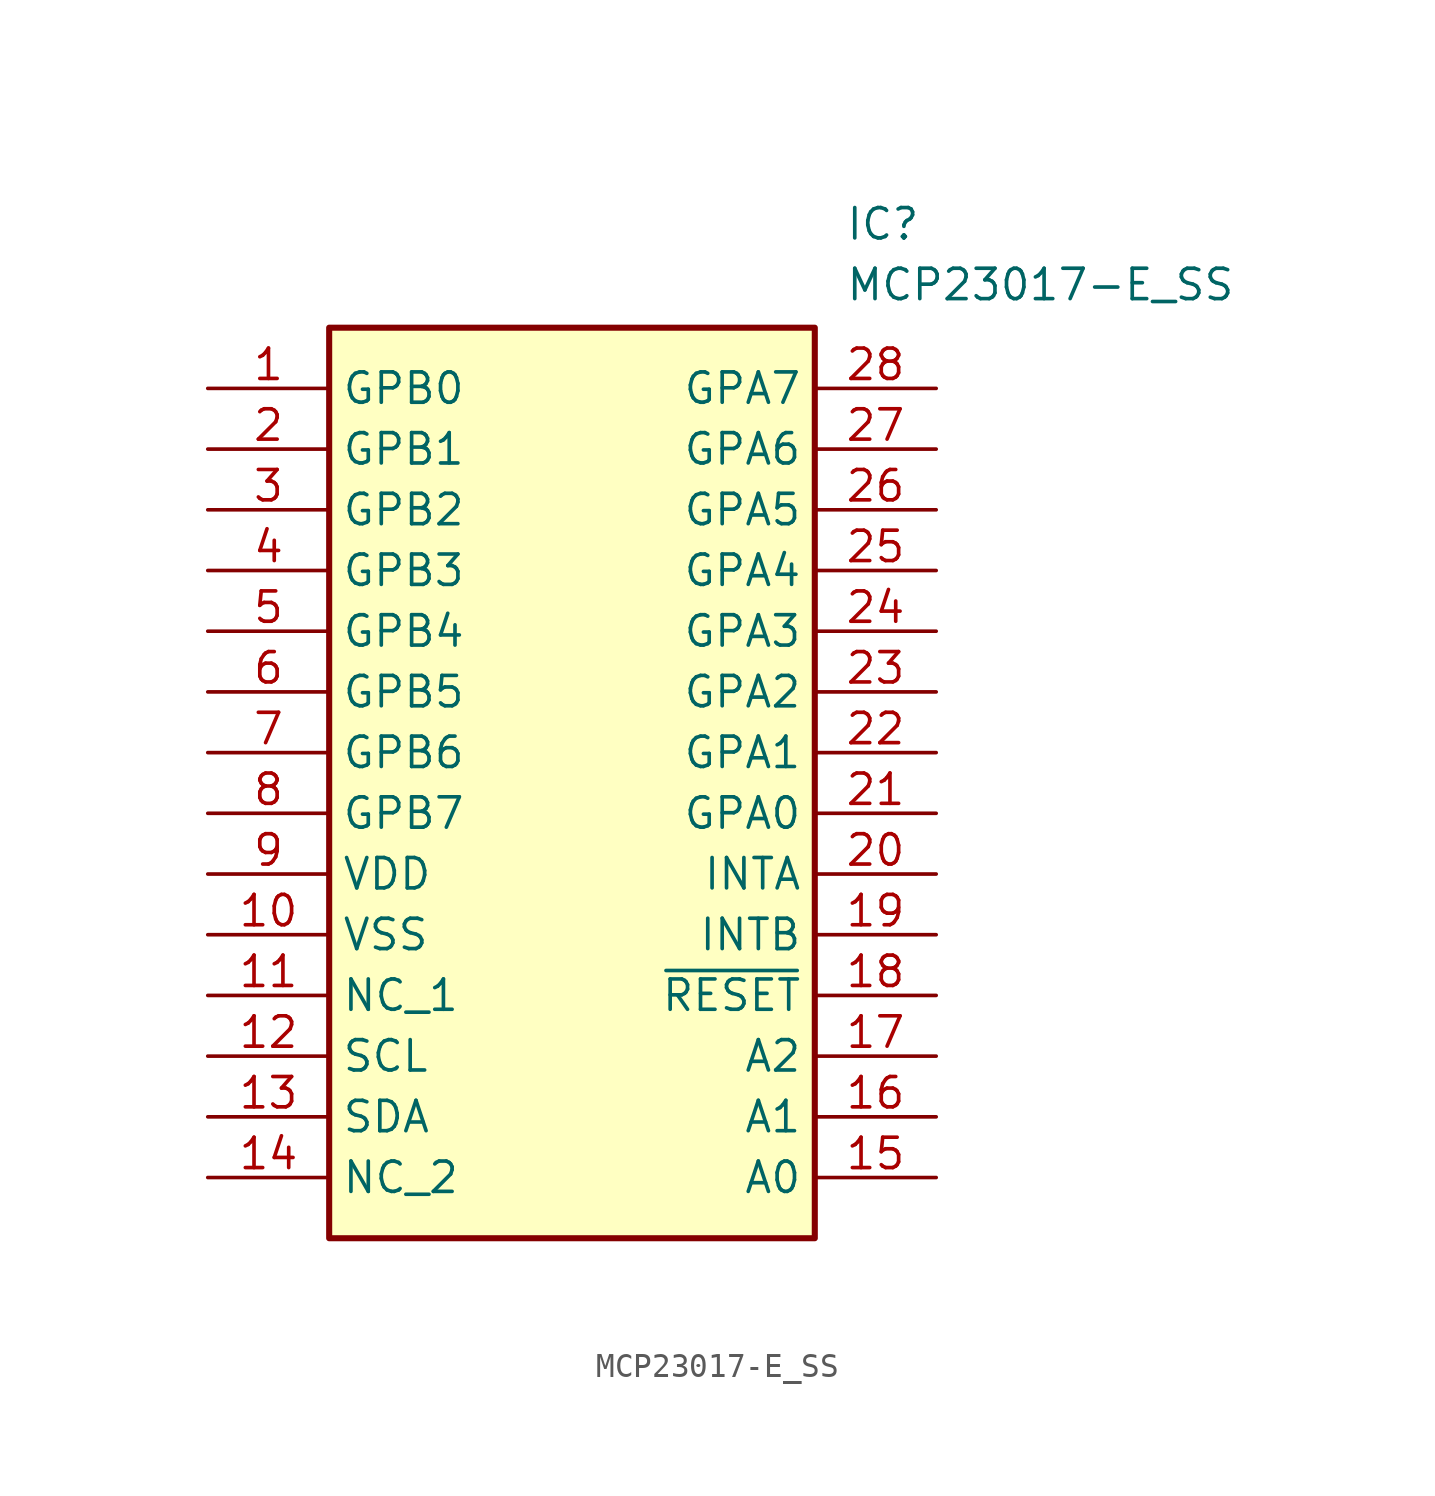
<source format=kicad_sym>
(kicad_symbol_lib
  (version 20211014)
  (generator SamacSys_ECAD_Model)
  (symbol "MCP23017-E_SS"
    (property "Reference" "IC"
      (at 26.67 7.62 0)
      (effects (font (size 1.27 1.27)) (justify left top)))
    (property "Value" "MCP23017-E_SS"
      (at 26.67 5.08 0)
      (effects (font (size 1.27 1.27)) (justify left top)))
    (rectangle
      (start 5.08 2.54)
      (end 25.4 -35.56)
      (stroke (width 0.254) (type default))
      (fill (type background)))
    (pin passive line
      (at 0 0 0)
      (length 5.08)
      (name "GPB0" (effects (font (size 1.27 1.27))))
      (number "1" (effects (font (size 1.27 1.27)))))
    (pin passive line
      (at 0 -2.54 0)
      (length 5.08)
      (name "GPB1" (effects (font (size 1.27 1.27))))
      (number "2" (effects (font (size 1.27 1.27)))))
    (pin passive line
      (at 0 -5.08 0)
      (length 5.08)
      (name "GPB2" (effects (font (size 1.27 1.27))))
      (number "3" (effects (font (size 1.27 1.27)))))
    (pin passive line
      (at 0 -7.62 0)
      (length 5.08)
      (name "GPB3" (effects (font (size 1.27 1.27))))
      (number "4" (effects (font (size 1.27 1.27)))))
    (pin passive line
      (at 0 -10.16 0)
      (length 5.08)
      (name "GPB4" (effects (font (size 1.27 1.27))))
      (number "5" (effects (font (size 1.27 1.27)))))
    (pin passive line
      (at 0 -12.7 0)
      (length 5.08)
      (name "GPB5" (effects (font (size 1.27 1.27))))
      (number "6" (effects (font (size 1.27 1.27)))))
    (pin passive line
      (at 0 -15.24 0)
      (length 5.08)
      (name "GPB6" (effects (font (size 1.27 1.27))))
      (number "7" (effects (font (size 1.27 1.27)))))
    (pin passive line
      (at 0 -17.78 0)
      (length 5.08)
      (name "GPB7" (effects (font (size 1.27 1.27))))
      (number "8" (effects (font (size 1.27 1.27)))))
    (pin passive line
      (at 0 -20.32 0)
      (length 5.08)
      (name "VDD" (effects (font (size 1.27 1.27))))
      (number "9" (effects (font (size 1.27 1.27)))))
    (pin passive line
      (at 0 -22.86 0)
      (length 5.08)
      (name "VSS" (effects (font (size 1.27 1.27))))
      (number "10" (effects (font (size 1.27 1.27)))))
    (pin passive line
      (at 0 -25.4 0)
      (length 5.08)
      (name "NC_1" (effects (font (size 1.27 1.27))))
      (number "11" (effects (font (size 1.27 1.27)))))
    (pin passive line
      (at 0 -27.94 0)
      (length 5.08)
      (name "SCL" (effects (font (size 1.27 1.27))))
      (number "12" (effects (font (size 1.27 1.27)))))
    (pin passive line
      (at 0 -30.48 0)
      (length 5.08)
      (name "SDA" (effects (font (size 1.27 1.27))))
      (number "13" (effects (font (size 1.27 1.27)))))
    (pin passive line
      (at 0 -33.02 0)
      (length 5.08)
      (name "NC_2" (effects (font (size 1.27 1.27))))
      (number "14" (effects (font (size 1.27 1.27)))))
    (pin passive line
      (at 30.48 0 180)
      (length 5.08)
      (name "GPA7" (effects (font (size 1.27 1.27))))
      (number "28" (effects (font (size 1.27 1.27)))))
    (pin passive line
      (at 30.48 -2.54 180)
      (length 5.08)
      (name "GPA6" (effects (font (size 1.27 1.27))))
      (number "27" (effects (font (size 1.27 1.27)))))
    (pin passive line
      (at 30.48 -5.08 180)
      (length 5.08)
      (name "GPA5" (effects (font (size 1.27 1.27))))
      (number "26" (effects (font (size 1.27 1.27)))))
    (pin passive line
      (at 30.48 -7.62 180)
      (length 5.08)
      (name "GPA4" (effects (font (size 1.27 1.27))))
      (number "25" (effects (font (size 1.27 1.27)))))
    (pin passive line
      (at 30.48 -10.16 180)
      (length 5.08)
      (name "GPA3" (effects (font (size 1.27 1.27))))
      (number "24" (effects (font (size 1.27 1.27)))))
    (pin passive line
      (at 30.48 -12.7 180)
      (length 5.08)
      (name "GPA2" (effects (font (size 1.27 1.27))))
      (number "23" (effects (font (size 1.27 1.27)))))
    (pin passive line
      (at 30.48 -15.24 180)
      (length 5.08)
      (name "GPA1" (effects (font (size 1.27 1.27))))
      (number "22" (effects (font (size 1.27 1.27)))))
    (pin passive line
      (at 30.48 -17.78 180)
      (length 5.08)
      (name "GPA0" (effects (font (size 1.27 1.27))))
      (number "21" (effects (font (size 1.27 1.27)))))
    (pin passive line
      (at 30.48 -20.32 180)
      (length 5.08)
      (name "INTA" (effects (font (size 1.27 1.27))))
      (number "20" (effects (font (size 1.27 1.27)))))
    (pin passive line
      (at 30.48 -22.86 180)
      (length 5.08)
      (name "INTB" (effects (font (size 1.27 1.27))))
      (number "19" (effects (font (size 1.27 1.27)))))
    (pin passive line
      (at 30.48 -25.4 180)
      (length 5.08)
      (name "~{RESET}" (effects (font (size 1.27 1.27))))
      (number "18" (effects (font (size 1.27 1.27)))))
    (pin passive line
      (at 30.48 -27.94 180)
      (length 5.08)
      (name "A2" (effects (font (size 1.27 1.27))))
      (number "17" (effects (font (size 1.27 1.27)))))
    (pin passive line
      (at 30.48 -30.48 180)
      (length 5.08)
      (name "A1" (effects (font (size 1.27 1.27))))
      (number "16" (effects (font (size 1.27 1.27)))))
    (pin passive line
      (at 30.48 -33.02 180)
      (length 5.08)
      (name "A0" (effects (font (size 1.27 1.27))))
      (number "15" (effects (font (size 1.27 1.27)))))))
</source>
